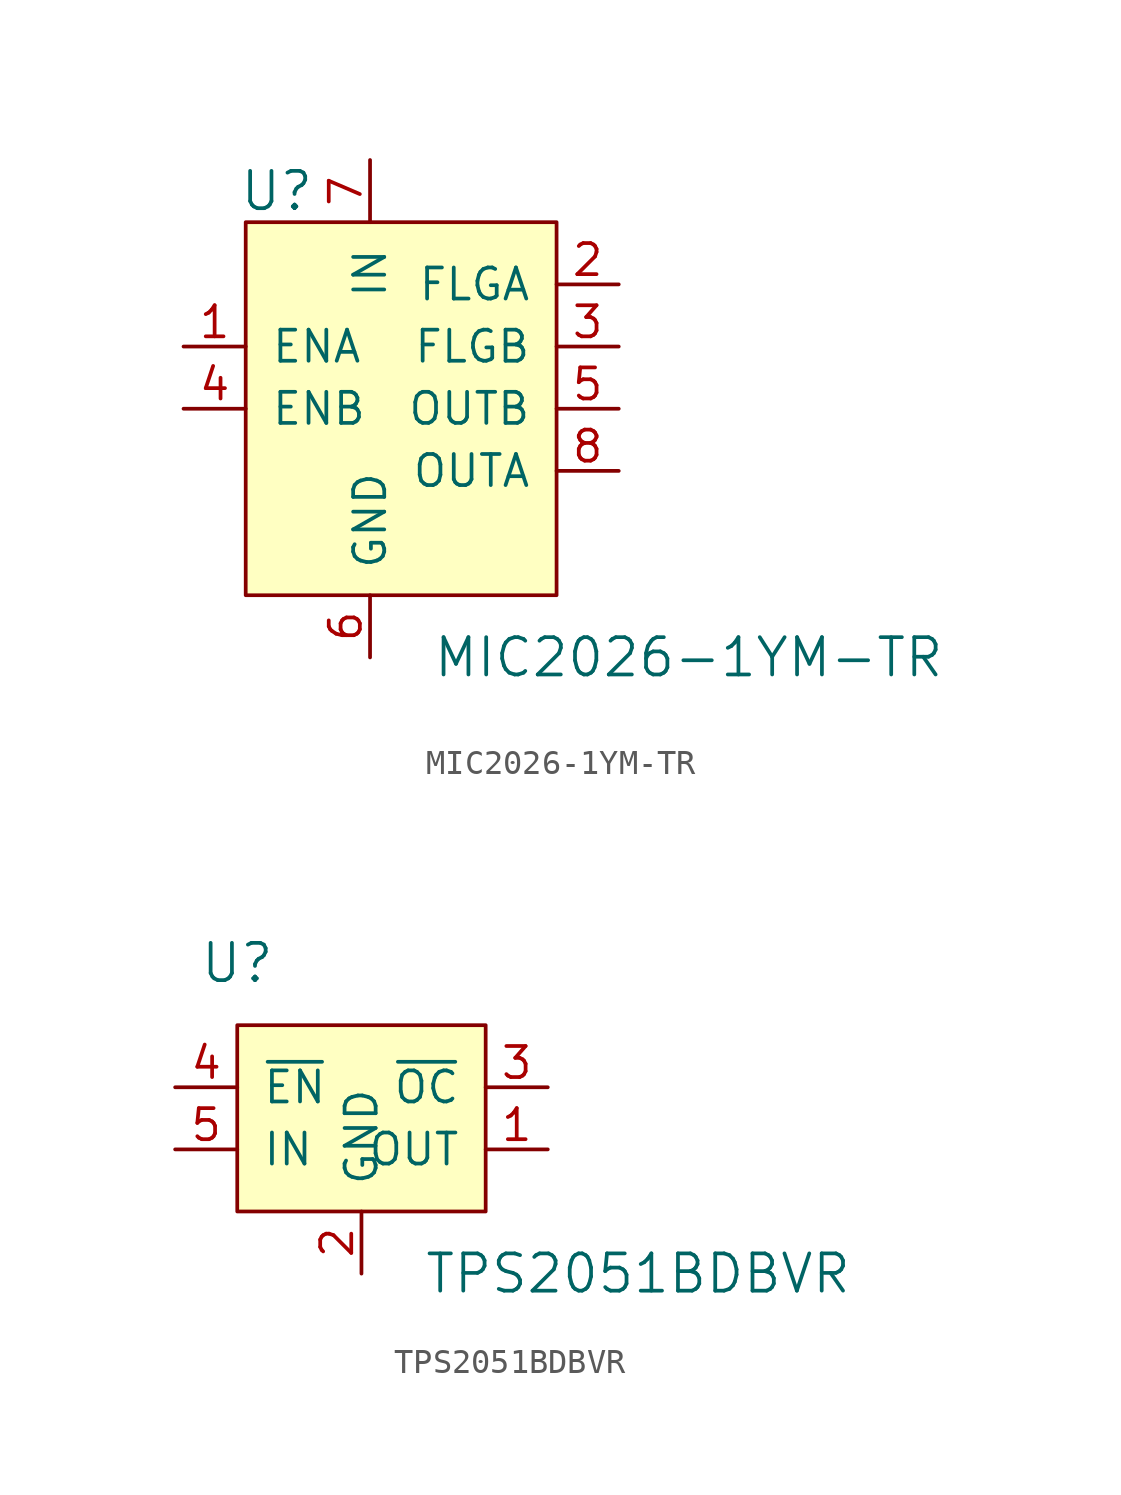
<source format=kicad_sym>
(kicad_symbol_lib
  (version 20201005)
  (generator kicad_symbol_editor)
  (symbol "MIC2026-1YM-TR"
    (pin_names
      (offset 1.016))
    (property "Reference" "U"
      (at -6.35 1.27 0)
      (effects (font (size 1.524 1.524))))
    (property "Value" "MIC2026-1YM-TR"
      (at 0 -17.78 0)
      (effects (font (size 1.524 1.524)) (justify left)))
    (symbol "MIC2026-1YM-TR_0_1"
      (rectangle (start -7.62 0) (end 5.08 -15.24) (stroke (width 0)) (fill (type background))))
    (symbol "MIC2026-1YM-TR_1_1"
      (pin input line (at -10.16 -5.08 0) (length 2.54) (name "ENA" (effects (font (size 1.27 1.27)))) (number "1" (effects (font (size 1.27 1.27)))))
      (pin output line (at 7.62 -2.54 180) (length 2.54) (name "FLGA" (effects (font (size 1.27 1.27)))) (number "2" (effects (font (size 1.27 1.27)))))
      (pin output line (at 7.62 -5.08 180) (length 2.54) (name "FLGB" (effects (font (size 1.27 1.27)))) (number "3" (effects (font (size 1.27 1.27)))))
      (pin input line (at -10.16 -7.62 0) (length 2.54) (name "ENB" (effects (font (size 1.27 1.27)))) (number "4" (effects (font (size 1.27 1.27)))))
      (pin output line (at 7.62 -7.62 180) (length 2.54) (name "OUTB" (effects (font (size 1.27 1.27)))) (number "5" (effects (font (size 1.27 1.27)))))
      (pin power_in line (at -2.54 -17.78 90) (length 2.54) (name "GND" (effects (font (size 1.27 1.27)))) (number "6" (effects (font (size 1.27 1.27)))))
      (pin power_in line (at -2.54 2.54 270) (length 2.54) (name "IN" (effects (font (size 1.27 1.27)))) (number "7" (effects (font (size 1.27 1.27)))))
      (pin output line (at 7.62 -10.16 180) (length 2.54) (name "OUTA" (effects (font (size 1.27 1.27)))) (number "8" (effects (font (size 1.27 1.27)))))))
  (symbol "TPS2051BDBVR"
    (pin_names
      (offset 1.016))
    (property "Reference" "U"
      (at -5.08 5.08 0)
      (effects (font (size 1.524 1.524))))
    (property "Value" "TPS2051BDBVR"
      (at 2.54 -7.62 0)
      (effects (font (size 1.524 1.524)) (justify left)))
    (symbol "TPS2051BDBVR_0_1"
      (rectangle (start -5.08 2.54) (end 5.08 -5.08) (stroke (width 0)) (fill (type background))))
    (symbol "TPS2051BDBVR_1_1"
      (pin output line (at 7.62 -2.54 180) (length 2.54) (name "OUT" (effects (font (size 1.27 1.27)))) (number "1" (effects (font (size 1.27 1.27)))))
      (pin power_in line (at 0 -7.62 90) (length 2.54) (name "GND" (effects (font (size 1.27 1.27)))) (number "2" (effects (font (size 1.27 1.27)))))
      (pin output line (at 7.62 0 180) (length 2.54) (name "~OC" (effects (font (size 1.27 1.27)))) (number "3" (effects (font (size 1.27 1.27)))))
      (pin input line (at -7.62 0 0) (length 2.54) (name "~EN" (effects (font (size 1.27 1.27)))) (number "4" (effects (font (size 1.27 1.27)))))
      (pin input line (at -7.62 -2.54 0) (length 2.54) (name "IN" (effects (font (size 1.27 1.27)))) (number "5" (effects (font (size 1.27 1.27))))))))
</source>
